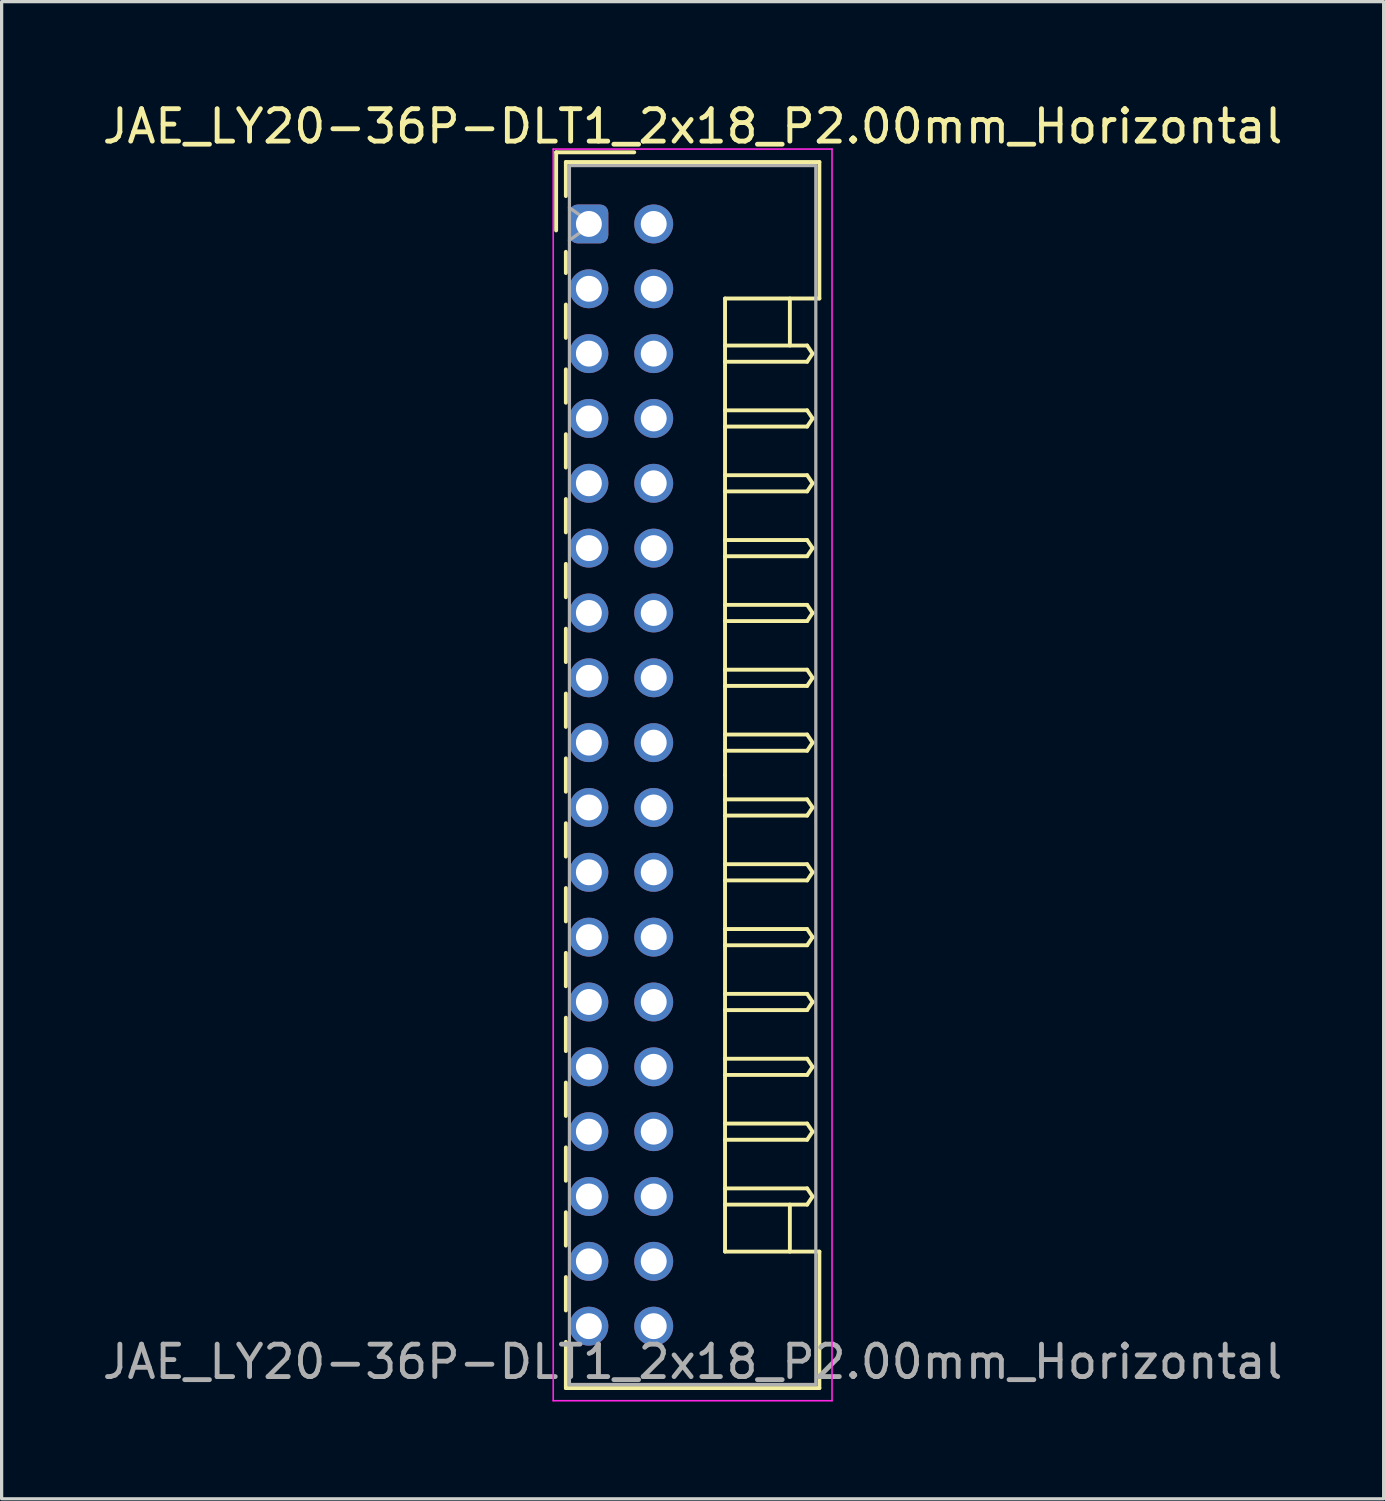
<source format=kicad_pcb>
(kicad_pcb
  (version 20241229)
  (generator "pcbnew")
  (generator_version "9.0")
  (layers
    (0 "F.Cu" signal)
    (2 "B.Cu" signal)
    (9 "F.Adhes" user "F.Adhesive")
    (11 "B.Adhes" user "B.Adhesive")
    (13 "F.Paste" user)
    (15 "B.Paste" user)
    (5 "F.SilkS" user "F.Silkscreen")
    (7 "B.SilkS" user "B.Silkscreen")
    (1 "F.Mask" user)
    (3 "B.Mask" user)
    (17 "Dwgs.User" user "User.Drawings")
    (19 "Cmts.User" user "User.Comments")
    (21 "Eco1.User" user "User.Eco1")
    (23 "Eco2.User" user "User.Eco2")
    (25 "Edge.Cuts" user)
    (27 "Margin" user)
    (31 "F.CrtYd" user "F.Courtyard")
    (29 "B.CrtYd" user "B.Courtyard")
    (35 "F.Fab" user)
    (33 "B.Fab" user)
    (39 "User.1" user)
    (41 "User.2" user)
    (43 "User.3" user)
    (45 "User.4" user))
  (footprint "JAE_LY20-36P-DLT1_2x18_P2.00mm_Horizontal"
    (layer "F.Cu")
    (at 15.115 3.858)
    (property "Reference" "JAE_LY20-36P-DLT1_2x18_P2.00mm_Horizontal" (at 3.2 -3.01 0) (layer "F.SilkS") (effects (font (size 1 1) (thickness 0.15))))
    (attr through_hole)
    (fp_line (start -1.01 -2.21) (end -1.01 0.2) (stroke (width 0.12) (type solid)) (layer "F.SilkS"))
    (fp_line (start -0.71 -1.91) (end -0.71 -0.86) (stroke (width 0.12) (type solid)) (layer "F.SilkS"))
    (fp_line (start -0.71 -1.91) (end 7.11 -1.91) (stroke (width 0.12) (type solid)) (layer "F.SilkS"))
    (fp_line (start -0.71 0.86) (end -0.71 1.515) (stroke (width 0.12) (type solid)) (layer "F.SilkS"))
    (fp_line (start -0.71 2.485) (end -0.71 3.515) (stroke (width 0.12) (type solid)) (layer "F.SilkS"))
    (fp_line (start -0.71 4.485) (end -0.71 5.515) (stroke (width 0.12) (type solid)) (layer "F.SilkS"))
    (fp_line (start -0.71 6.485) (end -0.71 7.515) (stroke (width 0.12) (type solid)) (layer "F.SilkS"))
    (fp_line (start -0.71 8.485) (end -0.71 9.515) (stroke (width 0.12) (type solid)) (layer "F.SilkS"))
    (fp_line (start -0.71 10.485) (end -0.71 11.515) (stroke (width 0.12) (type solid)) (layer "F.SilkS"))
    (fp_line (start -0.71 12.485) (end -0.71 13.515) (stroke (width 0.12) (type solid)) (layer "F.SilkS"))
    (fp_line (start -0.71 14.485) (end -0.71 15.515) (stroke (width 0.12) (type solid)) (layer "F.SilkS"))
    (fp_line (start -0.71 16.485) (end -0.71 17.515) (stroke (width 0.12) (type solid)) (layer "F.SilkS"))
    (fp_line (start -0.71 18.485) (end -0.71 19.515) (stroke (width 0.12) (type solid)) (layer "F.SilkS"))
    (fp_line (start -0.71 20.485) (end -0.71 21.515) (stroke (width 0.12) (type solid)) (layer "F.SilkS"))
    (fp_line (start -0.71 22.485) (end -0.71 23.515) (stroke (width 0.12) (type solid)) (layer "F.SilkS"))
    (fp_line (start -0.71 24.485) (end -0.71 25.515) (stroke (width 0.12) (type solid)) (layer "F.SilkS"))
    (fp_line (start -0.71 26.485) (end -0.71 27.515) (stroke (width 0.12) (type solid)) (layer "F.SilkS"))
    (fp_line (start -0.71 28.485) (end -0.71 29.515) (stroke (width 0.12) (type solid)) (layer "F.SilkS"))
    (fp_line (start -0.71 30.485) (end -0.71 31.515) (stroke (width 0.12) (type solid)) (layer "F.SilkS"))
    (fp_line (start -0.71 32.485) (end -0.71 33.515) (stroke (width 0.12) (type solid)) (layer "F.SilkS"))
    (fp_line (start -0.71 34.485) (end -0.71 35.91) (stroke (width 0.12) (type solid)) (layer "F.SilkS"))
    (fp_line (start -0.71 35.91) (end 7.11 35.91) (stroke (width 0.12) (type solid)) (layer "F.SilkS"))
    (fp_line (start 1.4 -2.21) (end -1.01 -2.21) (stroke (width 0.12) (type solid)) (layer "F.SilkS"))
    (fp_line (start 4.2 2.3) (end 4.2 17) (stroke (width 0.12) (type solid)) (layer "F.SilkS"))
    (fp_line (start 4.2 3.75) (end 6.733 3.75) (stroke (width 0.12) (type solid)) (layer "F.SilkS"))
    (fp_line (start 4.2 5.75) (end 6.733 5.75) (stroke (width 0.12) (type solid)) (layer "F.SilkS"))
    (fp_line (start 4.2 7.75) (end 6.733 7.75) (stroke (width 0.12) (type solid)) (layer "F.SilkS"))
    (fp_line (start 4.2 9.75) (end 6.733 9.75) (stroke (width 0.12) (type solid)) (layer "F.SilkS"))
    (fp_line (start 4.2 11.75) (end 6.733 11.75) (stroke (width 0.12) (type solid)) (layer "F.SilkS"))
    (fp_line (start 4.2 13.75) (end 6.733 13.75) (stroke (width 0.12) (type solid)) (layer "F.SilkS"))
    (fp_line (start 4.2 15.75) (end 6.733 15.75) (stroke (width 0.12) (type solid)) (layer "F.SilkS"))
    (fp_line (start 4.2 17.75) (end 6.733 17.75) (stroke (width 0.12) (type solid)) (layer "F.SilkS"))
    (fp_line (start 4.2 19.75) (end 6.733 19.75) (stroke (width 0.12) (type solid)) (layer "F.SilkS"))
    (fp_line (start 4.2 21.75) (end 6.733 21.75) (stroke (width 0.12) (type solid)) (layer "F.SilkS"))
    (fp_line (start 4.2 23.75) (end 6.733 23.75) (stroke (width 0.12) (type solid)) (layer "F.SilkS"))
    (fp_line (start 4.2 25.75) (end 6.733 25.75) (stroke (width 0.12) (type solid)) (layer "F.SilkS"))
    (fp_line (start 4.2 27.75) (end 6.733 27.75) (stroke (width 0.12) (type solid)) (layer "F.SilkS"))
    (fp_line (start 4.2 29.75) (end 6.733 29.75) (stroke (width 0.12) (type solid)) (layer "F.SilkS"))
    (fp_line (start 4.2 31.7) (end 4.2 17) (stroke (width 0.12) (type solid)) (layer "F.SilkS"))
    (fp_line (start 6.2 2.3) (end 6.2 3.75) (stroke (width 0.12) (type solid)) (layer "F.SilkS"))
    (fp_line (start 6.2 31.7) (end 6.2 30.25) (stroke (width 0.12) (type solid)) (layer "F.SilkS"))
    (fp_line (start 6.733 3.75) (end 6.9 4) (stroke (width 0.12) (type solid)) (layer "F.SilkS"))
    (fp_line (start 6.733 4.25) (end 4.2 4.25) (stroke (width 0.12) (type solid)) (layer "F.SilkS"))
    (fp_line (start 6.733 5.75) (end 6.9 6) (stroke (width 0.12) (type solid)) (layer "F.SilkS"))
    (fp_line (start 6.733 6.25) (end 4.2 6.25) (stroke (width 0.12) (type solid)) (layer "F.SilkS"))
    (fp_line (start 6.733 7.75) (end 6.9 8) (stroke (width 0.12) (type solid)) (layer "F.SilkS"))
    (fp_line (start 6.733 8.25) (end 4.2 8.25) (stroke (width 0.12) (type solid)) (layer "F.SilkS"))
    (fp_line (start 6.733 9.75) (end 6.9 10) (stroke (width 0.12) (type solid)) (layer "F.SilkS"))
    (fp_line (start 6.733 10.25) (end 4.2 10.25) (stroke (width 0.12) (type solid)) (layer "F.SilkS"))
    (fp_line (start 6.733 11.75) (end 6.9 12) (stroke (width 0.12) (type solid)) (layer "F.SilkS"))
    (fp_line (start 6.733 12.25) (end 4.2 12.25) (stroke (width 0.12) (type solid)) (layer "F.SilkS"))
    (fp_line (start 6.733 13.75) (end 6.9 14) (stroke (width 0.12) (type solid)) (layer "F.SilkS"))
    (fp_line (start 6.733 14.25) (end 4.2 14.25) (stroke (width 0.12) (type solid)) (layer "F.SilkS"))
    (fp_line (start 6.733 15.75) (end 6.9 16) (stroke (width 0.12) (type solid)) (layer "F.SilkS"))
    (fp_line (start 6.733 16.25) (end 4.2 16.25) (stroke (width 0.12) (type solid)) (layer "F.SilkS"))
    (fp_line (start 6.733 17.75) (end 6.9 18) (stroke (width 0.12) (type solid)) (layer "F.SilkS"))
    (fp_line (start 6.733 18.25) (end 4.2 18.25) (stroke (width 0.12) (type solid)) (layer "F.SilkS"))
    (fp_line (start 6.733 19.75) (end 6.9 20) (stroke (width 0.12) (type solid)) (layer "F.SilkS"))
    (fp_line (start 6.733 20.25) (end 4.2 20.25) (stroke (width 0.12) (type solid)) (layer "F.SilkS"))
    (fp_line (start 6.733 21.75) (end 6.9 22) (stroke (width 0.12) (type solid)) (layer "F.SilkS"))
    (fp_line (start 6.733 22.25) (end 4.2 22.25) (stroke (width 0.12) (type solid)) (layer "F.SilkS"))
    (fp_line (start 6.733 23.75) (end 6.9 24) (stroke (width 0.12) (type solid)) (layer "F.SilkS"))
    (fp_line (start 6.733 24.25) (end 4.2 24.25) (stroke (width 0.12) (type solid)) (layer "F.SilkS"))
    (fp_line (start 6.733 25.75) (end 6.9 26) (stroke (width 0.12) (type solid)) (layer "F.SilkS"))
    (fp_line (start 6.733 26.25) (end 4.2 26.25) (stroke (width 0.12) (type solid)) (layer "F.SilkS"))
    (fp_line (start 6.733 27.75) (end 6.9 28) (stroke (width 0.12) (type solid)) (layer "F.SilkS"))
    (fp_line (start 6.733 28.25) (end 4.2 28.25) (stroke (width 0.12) (type solid)) (layer "F.SilkS"))
    (fp_line (start 6.733 29.75) (end 6.9 30) (stroke (width 0.12) (type solid)) (layer "F.SilkS"))
    (fp_line (start 6.733 30.25) (end 4.2 30.25) (stroke (width 0.12) (type solid)) (layer "F.SilkS"))
    (fp_line (start 6.9 4) (end 6.733 4.25) (stroke (width 0.12) (type solid)) (layer "F.SilkS"))
    (fp_line (start 6.9 6) (end 6.733 6.25) (stroke (width 0.12) (type solid)) (layer "F.SilkS"))
    (fp_line (start 6.9 8) (end 6.733 8.25) (stroke (width 0.12) (type solid)) (layer "F.SilkS"))
    (fp_line (start 6.9 10) (end 6.733 10.25) (stroke (width 0.12) (type solid)) (layer "F.SilkS"))
    (fp_line (start 6.9 12) (end 6.733 12.25) (stroke (width 0.12) (type solid)) (layer "F.SilkS"))
    (fp_line (start 6.9 14) (end 6.733 14.25) (stroke (width 0.12) (type solid)) (layer "F.SilkS"))
    (fp_line (start 6.9 16) (end 6.733 16.25) (stroke (width 0.12) (type solid)) (layer "F.SilkS"))
    (fp_line (start 6.9 18) (end 6.733 18.25) (stroke (width 0.12) (type solid)) (layer "F.SilkS"))
    (fp_line (start 6.9 20) (end 6.733 20.25) (stroke (width 0.12) (type solid)) (layer "F.SilkS"))
    (fp_line (start 6.9 22) (end 6.733 22.25) (stroke (width 0.12) (type solid)) (layer "F.SilkS"))
    (fp_line (start 6.9 24) (end 6.733 24.25) (stroke (width 0.12) (type solid)) (layer "F.SilkS"))
    (fp_line (start 6.9 26) (end 6.733 26.25) (stroke (width 0.12) (type solid)) (layer "F.SilkS"))
    (fp_line (start 6.9 28) (end 6.733 28.25) (stroke (width 0.12) (type solid)) (layer "F.SilkS"))
    (fp_line (start 6.9 30) (end 6.733 30.25) (stroke (width 0.12) (type solid)) (layer "F.SilkS"))
    (fp_line (start 7.11 -1.91) (end 7.11 2.3) (stroke (width 0.12) (type solid)) (layer "F.SilkS"))
    (fp_line (start 7.11 2.3) (end 4.2 2.3) (stroke (width 0.12) (type solid)) (layer "F.SilkS"))
    (fp_line (start 7.11 31.7) (end 4.2 31.7) (stroke (width 0.12) (type solid)) (layer "F.SilkS"))
    (fp_line (start 7.11 35.91) (end 7.11 31.7) (stroke (width 0.12) (type solid)) (layer "F.SilkS"))
    (fp_line (start -1.1 -2.31) (end -1.1 36.3) (stroke (width 0.05) (type solid)) (layer "F.CrtYd"))
    (fp_line (start -1.1 36.3) (end 7.5 36.3) (stroke (width 0.05) (type solid)) (layer "F.CrtYd"))
    (fp_line (start 7.5 -2.31) (end -1.1 -2.31) (stroke (width 0.05) (type solid)) (layer "F.CrtYd"))
    (fp_line (start 7.5 36.3) (end 7.5 -2.31) (stroke (width 0.05) (type solid)) (layer "F.CrtYd"))
    (fp_line (start -0.6 -1.8) (end -0.6 35.8) (stroke (width 0.1) (type solid)) (layer "F.Fab"))
    (fp_line (start -0.6 0.5) (end 0.107 0) (stroke (width 0.1) (type solid)) (layer "F.Fab"))
    (fp_line (start -0.6 35.8) (end 7 35.8) (stroke (width 0.1) (type solid)) (layer "F.Fab"))
    (fp_line (start 0.107 0) (end -0.6 -0.5) (stroke (width 0.1) (type solid)) (layer "F.Fab"))
    (fp_line (start 7 -1.8) (end -0.6 -1.8) (stroke (width 0.1) (type solid)) (layer "F.Fab"))
    (fp_line (start 7 35.8) (end 7 -1.8) (stroke (width 0.1) (type solid)) (layer "F.Fab"))
    (fp_text user "${REFERENCE}" (at 3.2 35.1 0) (layer "F.Fab") (effects (font (size 1 1) (thickness 0.15))))
    (pad "a1" thru_hole roundrect (at 0 0) (size 1.2 1.2) (drill 0.8) (layers "*.Cu" "*.Mask") (roundrect_rratio 0.208))
    (pad "a2" thru_hole circle (at 0 2) (size 1.2 1.2) (drill 0.8) (layers "*.Cu" "*.Mask"))
    (pad "a3" thru_hole circle (at 0 4) (size 1.2 1.2) (drill 0.8) (layers "*.Cu" "*.Mask"))
    (pad "a4" thru_hole circle (at 0 6) (size 1.2 1.2) (drill 0.8) (layers "*.Cu" "*.Mask"))
    (pad "a5" thru_hole circle (at 0 8) (size 1.2 1.2) (drill 0.8) (layers "*.Cu" "*.Mask"))
    (pad "a6" thru_hole circle (at 0 10) (size 1.2 1.2) (drill 0.8) (layers "*.Cu" "*.Mask"))
    (pad "a7" thru_hole circle (at 0 12) (size 1.2 1.2) (drill 0.8) (layers "*.Cu" "*.Mask"))
    (pad "a8" thru_hole circle (at 0 14) (size 1.2 1.2) (drill 0.8) (layers "*.Cu" "*.Mask"))
    (pad "a9" thru_hole circle (at 0 16) (size 1.2 1.2) (drill 0.8) (layers "*.Cu" "*.Mask"))
    (pad "a10" thru_hole circle (at 0 18) (size 1.2 1.2) (drill 0.8) (layers "*.Cu" "*.Mask"))
    (pad "a11" thru_hole circle (at 0 20) (size 1.2 1.2) (drill 0.8) (layers "*.Cu" "*.Mask"))
    (pad "a12" thru_hole circle (at 0 22) (size 1.2 1.2) (drill 0.8) (layers "*.Cu" "*.Mask"))
    (pad "a13" thru_hole circle (at 0 24) (size 1.2 1.2) (drill 0.8) (layers "*.Cu" "*.Mask"))
    (pad "a14" thru_hole circle (at 0 26) (size 1.2 1.2) (drill 0.8) (layers "*.Cu" "*.Mask"))
    (pad "a15" thru_hole circle (at 0 28) (size 1.2 1.2) (drill 0.8) (layers "*.Cu" "*.Mask"))
    (pad "a16" thru_hole circle (at 0 30) (size 1.2 1.2) (drill 0.8) (layers "*.Cu" "*.Mask"))
    (pad "a17" thru_hole circle (at 0 32) (size 1.2 1.2) (drill 0.8) (layers "*.Cu" "*.Mask"))
    (pad "a18" thru_hole circle (at 0 34) (size 1.2 1.2) (drill 0.8) (layers "*.Cu" "*.Mask"))
    (pad "b1" thru_hole circle (at 2 0) (size 1.2 1.2) (drill 0.8) (layers "*.Cu" "*.Mask"))
    (pad "b2" thru_hole circle (at 2 2) (size 1.2 1.2) (drill 0.8) (layers "*.Cu" "*.Mask"))
    (pad "b3" thru_hole circle (at 2 4) (size 1.2 1.2) (drill 0.8) (layers "*.Cu" "*.Mask"))
    (pad "b4" thru_hole circle (at 2 6) (size 1.2 1.2) (drill 0.8) (layers "*.Cu" "*.Mask"))
    (pad "b5" thru_hole circle (at 2 8) (size 1.2 1.2) (drill 0.8) (layers "*.Cu" "*.Mask"))
    (pad "b6" thru_hole circle (at 2 10) (size 1.2 1.2) (drill 0.8) (layers "*.Cu" "*.Mask"))
    (pad "b7" thru_hole circle (at 2 12) (size 1.2 1.2) (drill 0.8) (layers "*.Cu" "*.Mask"))
    (pad "b8" thru_hole circle (at 2 14) (size 1.2 1.2) (drill 0.8) (layers "*.Cu" "*.Mask"))
    (pad "b9" thru_hole circle (at 2 16) (size 1.2 1.2) (drill 0.8) (layers "*.Cu" "*.Mask"))
    (pad "b10" thru_hole circle (at 2 18) (size 1.2 1.2) (drill 0.8) (layers "*.Cu" "*.Mask"))
    (pad "b11" thru_hole circle (at 2 20) (size 1.2 1.2) (drill 0.8) (layers "*.Cu" "*.Mask"))
    (pad "b12" thru_hole circle (at 2 22) (size 1.2 1.2) (drill 0.8) (layers "*.Cu" "*.Mask"))
    (pad "b13" thru_hole circle (at 2 24) (size 1.2 1.2) (drill 0.8) (layers "*.Cu" "*.Mask"))
    (pad "b14" thru_hole circle (at 2 26) (size 1.2 1.2) (drill 0.8) (layers "*.Cu" "*.Mask"))
    (pad "b15" thru_hole circle (at 2 28) (size 1.2 1.2) (drill 0.8) (layers "*.Cu" "*.Mask"))
    (pad "b16" thru_hole circle (at 2 30) (size 1.2 1.2) (drill 0.8) (layers "*.Cu" "*.Mask"))
    (pad "b17" thru_hole circle (at 2 32) (size 1.2 1.2) (drill 0.8) (layers "*.Cu" "*.Mask"))
    (pad "b18" thru_hole circle (at 2 34) (size 1.2 1.2) (drill 0.8) (layers "*.Cu" "*.Mask")))
  (gr_rect
    (start -3 -3)
    (end 39.631 43.183)
    (stroke (width 0.1) (type default))
    (fill no)
    (layer "Edge.Cuts")))
</source>
